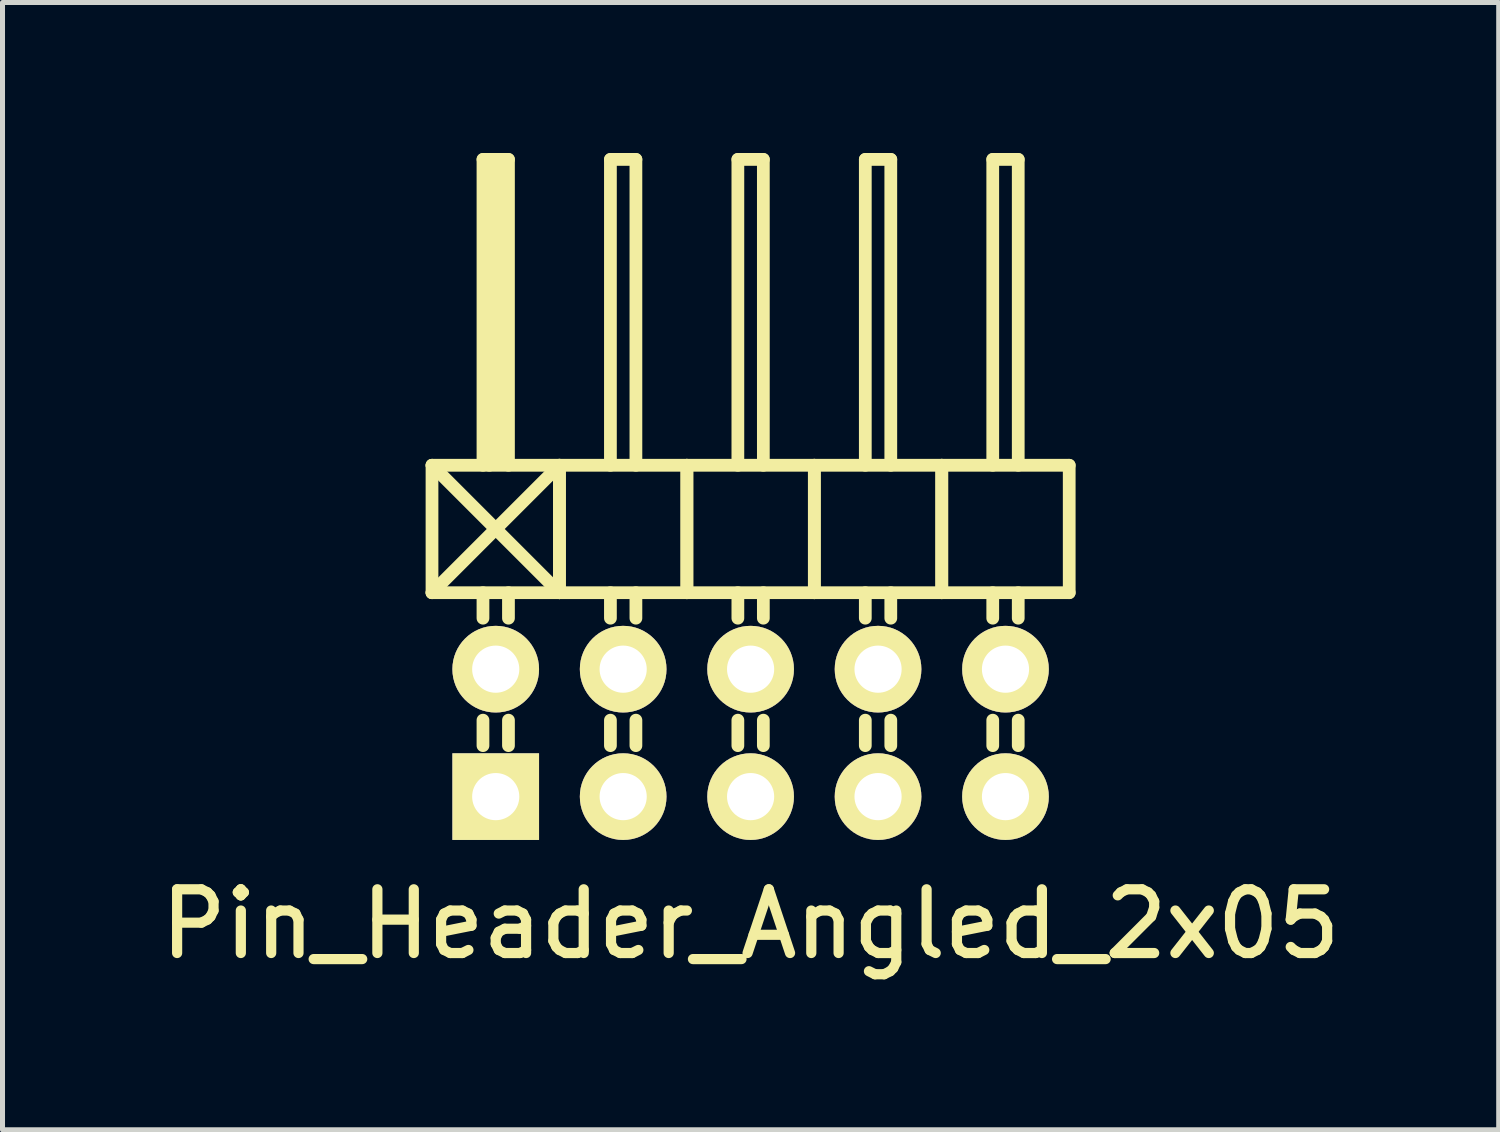
<source format=kicad_pcb>
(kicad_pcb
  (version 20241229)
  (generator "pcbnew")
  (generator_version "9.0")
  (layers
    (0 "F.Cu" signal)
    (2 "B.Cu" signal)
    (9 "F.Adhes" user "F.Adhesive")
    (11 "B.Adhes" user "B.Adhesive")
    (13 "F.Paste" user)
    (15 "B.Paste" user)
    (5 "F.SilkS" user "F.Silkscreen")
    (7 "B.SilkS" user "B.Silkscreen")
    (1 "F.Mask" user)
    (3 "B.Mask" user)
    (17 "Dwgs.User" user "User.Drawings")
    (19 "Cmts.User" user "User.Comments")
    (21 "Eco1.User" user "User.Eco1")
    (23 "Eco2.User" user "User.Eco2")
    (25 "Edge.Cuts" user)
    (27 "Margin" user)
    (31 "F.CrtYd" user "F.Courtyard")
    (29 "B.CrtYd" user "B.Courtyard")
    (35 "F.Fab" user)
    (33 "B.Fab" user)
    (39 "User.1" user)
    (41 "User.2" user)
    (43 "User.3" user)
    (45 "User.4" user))
  (footprint "Pin_Header_Angled_2x05"
    (layer "F.Cu")
    (at 11.91 11.557)
    (property "Reference" "Pin_Header_Angled_2x05" (at 0 3.81 0) (layer "F.SilkS") (effects (font (size 1.27 1.27) (thickness 0.203))))
    (attr through_hole)
    (fp_line (start -6.35 -5.334) (end -3.81 -2.794) (stroke (width 0.254) (type solid)) (layer "F.SilkS"))
    (fp_line (start -6.35 -2.794) (end -6.35 -5.334) (stroke (width 0.254) (type solid)) (layer "F.SilkS"))
    (fp_line (start -6.35 -2.794) (end -3.81 -5.334) (stroke (width 0.254) (type solid)) (layer "F.SilkS"))
    (fp_line (start -6.35 -2.794) (end -3.81 -2.794) (stroke (width 0.254) (type solid)) (layer "F.SilkS"))
    (fp_line (start -5.334 -11.43) (end -4.826 -11.43) (stroke (width 0.254) (type solid)) (layer "F.SilkS"))
    (fp_line (start -5.334 -5.334) (end -5.334 -11.43) (stroke (width 0.254) (type solid)) (layer "F.SilkS"))
    (fp_line (start -5.334 -2.794) (end -5.334 -2.286) (stroke (width 0.254) (type solid)) (layer "F.SilkS"))
    (fp_line (start -5.334 -0.254) (end -5.334 0.254) (stroke (width 0.254) (type solid)) (layer "F.SilkS"))
    (fp_line (start -5.207 -11.303) (end -4.953 -11.303) (stroke (width 0.254) (type solid)) (layer "F.SilkS"))
    (fp_line (start -5.207 -5.334) (end -5.207 -11.303) (stroke (width 0.254) (type solid)) (layer "F.SilkS"))
    (fp_line (start -5.08 -5.461) (end -5.08 -11.303) (stroke (width 0.254) (type solid)) (layer "F.SilkS"))
    (fp_line (start -4.953 -11.303) (end -4.953 -5.461) (stroke (width 0.254) (type solid)) (layer "F.SilkS"))
    (fp_line (start -4.953 -5.461) (end -5.08 -5.461) (stroke (width 0.254) (type solid)) (layer "F.SilkS"))
    (fp_line (start -4.826 -11.43) (end -4.826 -5.334) (stroke (width 0.254) (type solid)) (layer "F.SilkS"))
    (fp_line (start -4.826 -2.794) (end -4.826 -2.286) (stroke (width 0.254) (type solid)) (layer "F.SilkS"))
    (fp_line (start -4.826 -0.254) (end -4.826 0.254) (stroke (width 0.254) (type solid)) (layer "F.SilkS"))
    (fp_line (start -3.81 -5.334) (end -6.35 -5.334) (stroke (width 0.254) (type solid)) (layer "F.SilkS"))
    (fp_line (start -3.81 -2.794) (end -3.81 -5.334) (stroke (width 0.254) (type solid)) (layer "F.SilkS"))
    (fp_line (start -3.81 -2.794) (end -3.81 -5.334) (stroke (width 0.254) (type solid)) (layer "F.SilkS"))
    (fp_line (start -3.81 -2.794) (end -1.27 -2.794) (stroke (width 0.254) (type solid)) (layer "F.SilkS"))
    (fp_line (start -2.794 -11.43) (end -2.286 -11.43) (stroke (width 0.254) (type solid)) (layer "F.SilkS"))
    (fp_line (start -2.794 -5.334) (end -2.794 -11.43) (stroke (width 0.254) (type solid)) (layer "F.SilkS"))
    (fp_line (start -2.794 -2.794) (end -2.794 -2.286) (stroke (width 0.254) (type solid)) (layer "F.SilkS"))
    (fp_line (start -2.794 -0.254) (end -2.794 0.254) (stroke (width 0.254) (type solid)) (layer "F.SilkS"))
    (fp_line (start -2.286 -11.43) (end -2.286 -5.334) (stroke (width 0.254) (type solid)) (layer "F.SilkS"))
    (fp_line (start -2.286 -2.794) (end -2.286 -2.286) (stroke (width 0.254) (type solid)) (layer "F.SilkS"))
    (fp_line (start -2.286 -0.254) (end -2.286 0.254) (stroke (width 0.254) (type solid)) (layer "F.SilkS"))
    (fp_line (start -1.27 -5.334) (end -3.81 -5.334) (stroke (width 0.254) (type solid)) (layer "F.SilkS"))
    (fp_line (start -1.27 -2.794) (end -1.27 -5.334) (stroke (width 0.254) (type solid)) (layer "F.SilkS"))
    (fp_line (start -1.27 -2.794) (end -1.27 -5.334) (stroke (width 0.254) (type solid)) (layer "F.SilkS"))
    (fp_line (start -1.27 -2.794) (end 1.27 -2.794) (stroke (width 0.254) (type solid)) (layer "F.SilkS"))
    (fp_line (start -0.254 -11.43) (end 0.254 -11.43) (stroke (width 0.254) (type solid)) (layer "F.SilkS"))
    (fp_line (start -0.254 -5.334) (end -0.254 -11.43) (stroke (width 0.254) (type solid)) (layer "F.SilkS"))
    (fp_line (start -0.254 -2.794) (end -0.254 -2.286) (stroke (width 0.254) (type solid)) (layer "F.SilkS"))
    (fp_line (start -0.254 -0.254) (end -0.254 0.254) (stroke (width 0.254) (type solid)) (layer "F.SilkS"))
    (fp_line (start 0.254 -11.43) (end 0.254 -5.334) (stroke (width 0.254) (type solid)) (layer "F.SilkS"))
    (fp_line (start 0.254 -2.794) (end 0.254 -2.286) (stroke (width 0.254) (type solid)) (layer "F.SilkS"))
    (fp_line (start 0.254 -0.254) (end 0.254 0.254) (stroke (width 0.254) (type solid)) (layer "F.SilkS"))
    (fp_line (start 1.27 -5.334) (end -1.27 -5.334) (stroke (width 0.254) (type solid)) (layer "F.SilkS"))
    (fp_line (start 1.27 -2.794) (end 1.27 -5.334) (stroke (width 0.254) (type solid)) (layer "F.SilkS"))
    (fp_line (start 1.27 -2.794) (end 1.27 -5.334) (stroke (width 0.254) (type solid)) (layer "F.SilkS"))
    (fp_line (start 1.27 -2.794) (end 3.81 -2.794) (stroke (width 0.254) (type solid)) (layer "F.SilkS"))
    (fp_line (start 2.286 -11.43) (end 2.794 -11.43) (stroke (width 0.254) (type solid)) (layer "F.SilkS"))
    (fp_line (start 2.286 -5.334) (end 2.286 -11.43) (stroke (width 0.254) (type solid)) (layer "F.SilkS"))
    (fp_line (start 2.286 -2.794) (end 2.286 -2.286) (stroke (width 0.254) (type solid)) (layer "F.SilkS"))
    (fp_line (start 2.286 -0.254) (end 2.286 0.254) (stroke (width 0.254) (type solid)) (layer "F.SilkS"))
    (fp_line (start 2.794 -11.43) (end 2.794 -5.334) (stroke (width 0.254) (type solid)) (layer "F.SilkS"))
    (fp_line (start 2.794 -2.794) (end 2.794 -2.286) (stroke (width 0.254) (type solid)) (layer "F.SilkS"))
    (fp_line (start 2.794 -0.254) (end 2.794 0.254) (stroke (width 0.254) (type solid)) (layer "F.SilkS"))
    (fp_line (start 3.81 -5.334) (end 1.27 -5.334) (stroke (width 0.254) (type solid)) (layer "F.SilkS"))
    (fp_line (start 3.81 -2.794) (end 3.81 -5.334) (stroke (width 0.254) (type solid)) (layer "F.SilkS"))
    (fp_line (start 3.81 -2.794) (end 3.81 -5.334) (stroke (width 0.254) (type solid)) (layer "F.SilkS"))
    (fp_line (start 3.81 -2.794) (end 6.35 -2.794) (stroke (width 0.254) (type solid)) (layer "F.SilkS"))
    (fp_line (start 4.826 -11.43) (end 5.334 -11.43) (stroke (width 0.254) (type solid)) (layer "F.SilkS"))
    (fp_line (start 4.826 -5.334) (end 4.826 -11.43) (stroke (width 0.254) (type solid)) (layer "F.SilkS"))
    (fp_line (start 4.826 -2.794) (end 4.826 -2.286) (stroke (width 0.254) (type solid)) (layer "F.SilkS"))
    (fp_line (start 4.826 -0.254) (end 4.826 0.254) (stroke (width 0.254) (type solid)) (layer "F.SilkS"))
    (fp_line (start 5.334 -11.43) (end 5.334 -5.334) (stroke (width 0.254) (type solid)) (layer "F.SilkS"))
    (fp_line (start 5.334 -2.794) (end 5.334 -2.286) (stroke (width 0.254) (type solid)) (layer "F.SilkS"))
    (fp_line (start 5.334 -0.254) (end 5.334 0.254) (stroke (width 0.254) (type solid)) (layer "F.SilkS"))
    (fp_line (start 6.35 -5.334) (end 3.81 -5.334) (stroke (width 0.254) (type solid)) (layer "F.SilkS"))
    (fp_line (start 6.35 -2.794) (end 6.35 -5.334) (stroke (width 0.254) (type solid)) (layer "F.SilkS"))
    (pad "1" thru_hole rect (at -5.08 1.27) (size 1.727 1.727) (drill 0.94) (layers "*.Cu" "*.Mask" "F.SilkS"))
    (pad "2" thru_hole oval (at -5.08 -1.27) (size 1.727 1.727) (drill 0.94) (layers "*.Cu" "*.Mask" "F.SilkS"))
    (pad "3" thru_hole oval (at -2.54 1.27) (size 1.727 1.727) (drill 0.94) (layers "*.Cu" "*.Mask" "F.SilkS"))
    (pad "4" thru_hole oval (at -2.54 -1.27) (size 1.727 1.727) (drill 0.94) (layers "*.Cu" "*.Mask" "F.SilkS"))
    (pad "5" thru_hole oval (at 0 1.27) (size 1.727 1.727) (drill 0.94) (layers "*.Cu" "*.Mask" "F.SilkS"))
    (pad "6" thru_hole oval (at 0 -1.27) (size 1.727 1.727) (drill 0.94) (layers "*.Cu" "*.Mask" "F.SilkS"))
    (pad "7" thru_hole oval (at 2.54 1.27) (size 1.727 1.727) (drill 0.94) (layers "*.Cu" "*.Mask" "F.SilkS"))
    (pad "8" thru_hole oval (at 2.54 -1.27) (size 1.727 1.727) (drill 0.94) (layers "*.Cu" "*.Mask" "F.SilkS"))
    (pad "9" thru_hole oval (at 5.08 1.27) (size 1.727 1.727) (drill 0.94) (layers "*.Cu" "*.Mask" "F.SilkS"))
    (pad "10" thru_hole oval (at 5.08 -1.27) (size 1.727 1.727) (drill 0.94) (layers "*.Cu" "*.Mask" "F.SilkS")))
  (gr_rect
    (start -3 -3)
    (end 26.82 19.467)
    (stroke (width 0.1) (type default))
    (fill no)
    (layer "Edge.Cuts")))
</source>
